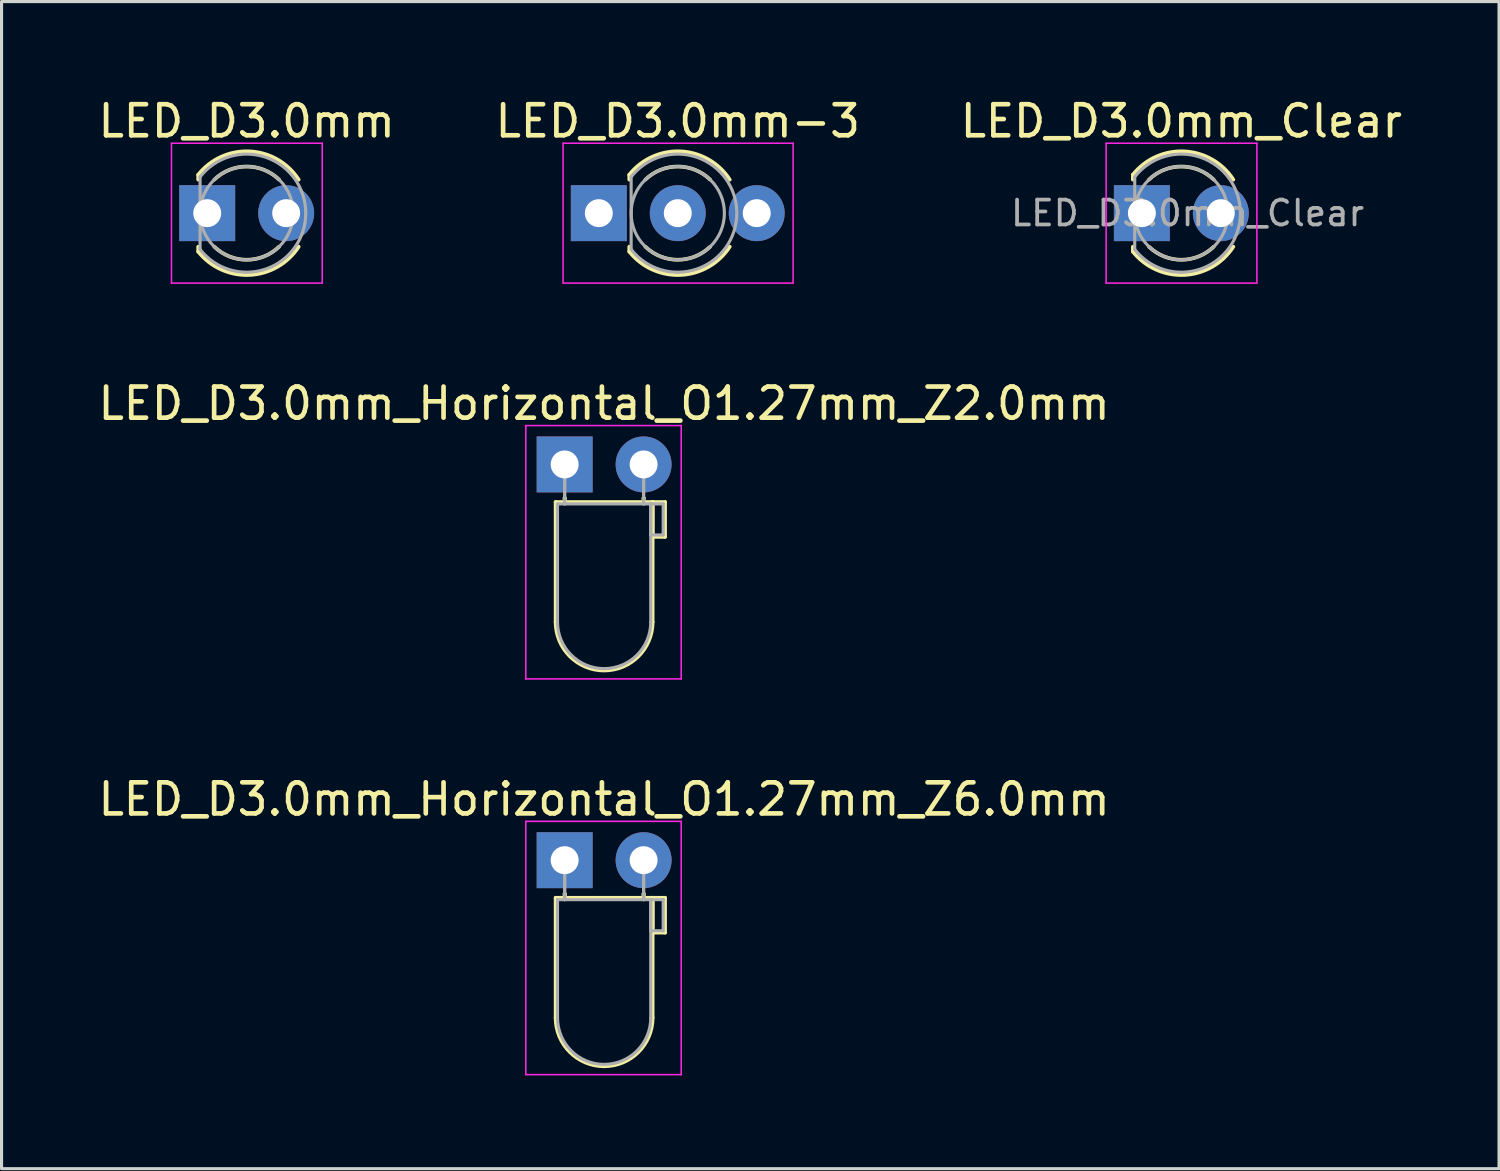
<source format=kicad_pcb>
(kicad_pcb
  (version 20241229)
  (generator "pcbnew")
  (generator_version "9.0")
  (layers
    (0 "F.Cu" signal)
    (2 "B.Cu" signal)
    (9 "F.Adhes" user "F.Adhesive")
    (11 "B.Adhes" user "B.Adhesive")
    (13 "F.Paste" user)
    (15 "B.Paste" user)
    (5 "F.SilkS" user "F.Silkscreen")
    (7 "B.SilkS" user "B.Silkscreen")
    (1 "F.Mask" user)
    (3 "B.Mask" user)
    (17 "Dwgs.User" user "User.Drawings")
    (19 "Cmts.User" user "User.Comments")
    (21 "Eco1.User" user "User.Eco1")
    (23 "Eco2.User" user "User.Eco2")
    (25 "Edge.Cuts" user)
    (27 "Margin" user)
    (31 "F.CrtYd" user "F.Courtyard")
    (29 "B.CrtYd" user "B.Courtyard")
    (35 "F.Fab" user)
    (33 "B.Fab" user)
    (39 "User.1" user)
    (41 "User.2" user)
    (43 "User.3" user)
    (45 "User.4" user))
  (footprint "LED_D3.0mm_Clear"
    (layer "F.Cu")
    (at 33.688 3.808)
    (property "Reference" "LED_D3.0mm_Clear" (at 1.27 -2.96 0) (layer "F.SilkS") (effects (font (size 1 1) (thickness 0.15))))
    (attr through_hole)
    (fp_line (start -0.29 -1.236) (end -0.29 -1.08) (stroke (width 0.12) (type solid)) (layer "F.SilkS"))
    (fp_line (start -0.29 1.08) (end -0.29 1.236) (stroke (width 0.12) (type solid)) (layer "F.SilkS"))
    (fp_arc (start -0.29 -1.235516) (mid 1.366487 -1.987659) (end 2.942335 -1.078608) (stroke (width 0.12) (type solid)) (layer "F.SilkS"))
    (fp_arc (start 0.229039 -1.08) (mid 1.270117 -1.5) (end 2.31113 -1.079837) (stroke (width 0.12) (type solid)) (layer "F.SilkS"))
    (fp_arc (start 2.31113 1.079837) (mid 1.270117 1.5) (end 0.229039 1.08) (stroke (width 0.12) (type solid)) (layer "F.SilkS"))
    (fp_arc (start 2.942335 1.078608) (mid 1.366487 1.987659) (end -0.29 1.235516) (stroke (width 0.12) (type solid)) (layer "F.SilkS"))
    (fp_line (start -1.15 -2.25) (end -1.15 2.25) (stroke (width 0.05) (type solid)) (layer "F.CrtYd"))
    (fp_line (start -1.15 2.25) (end 3.7 2.25) (stroke (width 0.05) (type solid)) (layer "F.CrtYd"))
    (fp_line (start 3.7 -2.25) (end -1.15 -2.25) (stroke (width 0.05) (type solid)) (layer "F.CrtYd"))
    (fp_line (start 3.7 2.25) (end 3.7 -2.25) (stroke (width 0.05) (type solid)) (layer "F.CrtYd"))
    (fp_line (start -0.23 -1.166) (end -0.23 1.166) (stroke (width 0.1) (type solid)) (layer "F.Fab"))
    (fp_arc (start -0.23 -1.16619) (mid 3.17 0.000452) (end -0.230555 1.165476) (stroke (width 0.1) (type solid)) (layer "F.Fab"))
    (fp_circle (center 1.27 0) (end 2.77 0) (stroke (width 0.1) (type solid)) (fill no) (layer "F.Fab"))
    (fp_text user "${REFERENCE}" (at 1.47 0 0) (layer "F.Fab") (effects (font (size 0.8 0.8) (thickness 0.12))))
    (pad "1" thru_hole rect (at 0 0) (size 1.8 1.8) (drill 0.9) (layers "*.Cu" "*.Mask"))
    (pad "2" thru_hole circle (at 2.54 0) (size 1.8 1.8) (drill 0.9) (layers "*.Cu" "*.Mask")))
  (footprint "LED_D3.0mm"
    (layer "F.Cu")
    (at 3.617 3.808)
    (property "Reference" "LED_D3.0mm" (at 1.27 -2.96 0) (layer "F.SilkS") (effects (font (size 1 1) (thickness 0.15))))
    (attr through_hole)
    (fp_line (start -0.29 -1.236) (end -0.29 -1.08) (stroke (width 0.12) (type solid)) (layer "F.SilkS"))
    (fp_line (start -0.29 1.08) (end -0.29 1.236) (stroke (width 0.12) (type solid)) (layer "F.SilkS"))
    (fp_arc (start -0.29 -1.235516) (mid 1.366487 -1.987659) (end 2.942335 -1.078608) (stroke (width 0.12) (type solid)) (layer "F.SilkS"))
    (fp_arc (start 0.229039 -1.08) (mid 1.270117 -1.5) (end 2.31113 -1.079837) (stroke (width 0.12) (type solid)) (layer "F.SilkS"))
    (fp_arc (start 2.31113 1.079837) (mid 1.270117 1.5) (end 0.229039 1.08) (stroke (width 0.12) (type solid)) (layer "F.SilkS"))
    (fp_arc (start 2.942335 1.078608) (mid 1.366487 1.987659) (end -0.29 1.235516) (stroke (width 0.12) (type solid)) (layer "F.SilkS"))
    (fp_line (start -1.15 -2.25) (end -1.15 2.25) (stroke (width 0.05) (type solid)) (layer "F.CrtYd"))
    (fp_line (start -1.15 2.25) (end 3.7 2.25) (stroke (width 0.05) (type solid)) (layer "F.CrtYd"))
    (fp_line (start 3.7 -2.25) (end -1.15 -2.25) (stroke (width 0.05) (type solid)) (layer "F.CrtYd"))
    (fp_line (start 3.7 2.25) (end 3.7 -2.25) (stroke (width 0.05) (type solid)) (layer "F.CrtYd"))
    (fp_line (start -0.23 -1.166) (end -0.23 1.166) (stroke (width 0.1) (type solid)) (layer "F.Fab"))
    (fp_arc (start -0.23 -1.16619) (mid 3.17 0.000452) (end -0.230555 1.165476) (stroke (width 0.1) (type solid)) (layer "F.Fab"))
    (fp_circle (center 1.27 0) (end 2.77 0) (stroke (width 0.1) (type solid)) (fill no) (layer "F.Fab"))
    (pad "1" thru_hole rect (at 0 0) (size 1.8 1.8) (drill 0.9) (layers "*.Cu" "*.Mask"))
    (pad "2" thru_hole circle (at 2.54 0) (size 1.8 1.8) (drill 0.9) (layers "*.Cu" "*.Mask")))
  (footprint "LED_D3.0mm_Horizontal_O1.27mm_Z2.0mm"
    (layer "F.Cu")
    (at 15.117 11.892)
    (property "Reference" "LED_D3.0mm_Horizontal_O1.27mm_Z2.0mm" (at 1.27 -1.96 0) (layer "F.SilkS") (effects (font (size 1 1) (thickness 0.15))))
    (attr through_hole)
    (fp_line (start -0.29 1.21) (end -0.29 5.07) (stroke (width 0.12) (type solid)) (layer "F.SilkS"))
    (fp_line (start -0.29 1.21) (end 2.83 1.21) (stroke (width 0.12) (type solid)) (layer "F.SilkS"))
    (fp_line (start 0 1.08) (end 0 1.08) (stroke (width 0.12) (type solid)) (layer "F.SilkS"))
    (fp_line (start 0 1.08) (end 0 1.21) (stroke (width 0.12) (type solid)) (layer "F.SilkS"))
    (fp_line (start 0 1.21) (end 0 1.08) (stroke (width 0.12) (type solid)) (layer "F.SilkS"))
    (fp_line (start 0 1.21) (end 0 1.21) (stroke (width 0.12) (type solid)) (layer "F.SilkS"))
    (fp_line (start 2.54 1.08) (end 2.54 1.08) (stroke (width 0.12) (type solid)) (layer "F.SilkS"))
    (fp_line (start 2.54 1.08) (end 2.54 1.21) (stroke (width 0.12) (type solid)) (layer "F.SilkS"))
    (fp_line (start 2.54 1.21) (end 2.54 1.08) (stroke (width 0.12) (type solid)) (layer "F.SilkS"))
    (fp_line (start 2.54 1.21) (end 2.54 1.21) (stroke (width 0.12) (type solid)) (layer "F.SilkS"))
    (fp_line (start 2.83 1.21) (end 2.83 5.07) (stroke (width 0.12) (type solid)) (layer "F.SilkS"))
    (fp_line (start 2.83 1.21) (end 3.23 1.21) (stroke (width 0.12) (type solid)) (layer "F.SilkS"))
    (fp_line (start 2.83 2.33) (end 2.83 1.21) (stroke (width 0.12) (type solid)) (layer "F.SilkS"))
    (fp_line (start 3.23 1.21) (end 3.23 2.33) (stroke (width 0.12) (type solid)) (layer "F.SilkS"))
    (fp_line (start 3.23 2.33) (end 2.83 2.33) (stroke (width 0.12) (type solid)) (layer "F.SilkS"))
    (fp_arc (start 2.83 5.07) (mid 1.27 6.63) (end -0.29 5.07) (stroke (width 0.12) (type solid)) (layer "F.SilkS"))
    (fp_line (start -1.25 -1.25) (end -1.25 6.9) (stroke (width 0.05) (type solid)) (layer "F.CrtYd"))
    (fp_line (start -1.25 6.9) (end 3.75 6.9) (stroke (width 0.05) (type solid)) (layer "F.CrtYd"))
    (fp_line (start 3.75 -1.25) (end -1.25 -1.25) (stroke (width 0.05) (type solid)) (layer "F.CrtYd"))
    (fp_line (start 3.75 6.9) (end 3.75 -1.25) (stroke (width 0.05) (type solid)) (layer "F.CrtYd"))
    (fp_line (start -0.23 1.27) (end -0.23 5.07) (stroke (width 0.1) (type solid)) (layer "F.Fab"))
    (fp_line (start -0.23 1.27) (end 2.77 1.27) (stroke (width 0.1) (type solid)) (layer "F.Fab"))
    (fp_line (start 0 0) (end 0 0) (stroke (width 0.1) (type solid)) (layer "F.Fab"))
    (fp_line (start 0 0) (end 0 1.27) (stroke (width 0.1) (type solid)) (layer "F.Fab"))
    (fp_line (start 0 1.27) (end 0 0) (stroke (width 0.1) (type solid)) (layer "F.Fab"))
    (fp_line (start 0 1.27) (end 0 1.27) (stroke (width 0.1) (type solid)) (layer "F.Fab"))
    (fp_line (start 2.54 0) (end 2.54 0) (stroke (width 0.1) (type solid)) (layer "F.Fab"))
    (fp_line (start 2.54 0) (end 2.54 1.27) (stroke (width 0.1) (type solid)) (layer "F.Fab"))
    (fp_line (start 2.54 1.27) (end 2.54 0) (stroke (width 0.1) (type solid)) (layer "F.Fab"))
    (fp_line (start 2.54 1.27) (end 2.54 1.27) (stroke (width 0.1) (type solid)) (layer "F.Fab"))
    (fp_line (start 2.77 1.27) (end 2.77 5.07) (stroke (width 0.1) (type solid)) (layer "F.Fab"))
    (fp_line (start 2.77 1.27) (end 3.17 1.27) (stroke (width 0.1) (type solid)) (layer "F.Fab"))
    (fp_line (start 2.77 2.27) (end 2.77 1.27) (stroke (width 0.1) (type solid)) (layer "F.Fab"))
    (fp_line (start 3.17 1.27) (end 3.17 2.27) (stroke (width 0.1) (type solid)) (layer "F.Fab"))
    (fp_line (start 3.17 2.27) (end 2.77 2.27) (stroke (width 0.1) (type solid)) (layer "F.Fab"))
    (fp_arc (start 2.77 5.07) (mid 1.27 6.57) (end -0.23 5.07) (stroke (width 0.1) (type solid)) (layer "F.Fab"))
    (pad "1" thru_hole rect (at 0 0) (size 1.8 1.8) (drill 0.9) (layers "*.Cu" "*.Mask"))
    (pad "2" thru_hole circle (at 2.54 0) (size 1.8 1.8) (drill 0.9) (layers "*.Cu" "*.Mask")))
  (footprint "LED_D3.0mm_Horizontal_O1.27mm_Z6.0mm"
    (layer "F.Cu")
    (at 15.117 24.625)
    (property "Reference" "LED_D3.0mm_Horizontal_O1.27mm_Z6.0mm" (at 1.27 -1.96 0) (layer "F.SilkS") (effects (font (size 1 1) (thickness 0.15))))
    (attr through_hole)
    (fp_line (start -0.29 1.21) (end -0.29 5.07) (stroke (width 0.12) (type solid)) (layer "F.SilkS"))
    (fp_line (start -0.29 1.21) (end 2.83 1.21) (stroke (width 0.12) (type solid)) (layer "F.SilkS"))
    (fp_line (start 0 1.08) (end 0 1.08) (stroke (width 0.12) (type solid)) (layer "F.SilkS"))
    (fp_line (start 0 1.08) (end 0 1.21) (stroke (width 0.12) (type solid)) (layer "F.SilkS"))
    (fp_line (start 0 1.21) (end 0 1.08) (stroke (width 0.12) (type solid)) (layer "F.SilkS"))
    (fp_line (start 0 1.21) (end 0 1.21) (stroke (width 0.12) (type solid)) (layer "F.SilkS"))
    (fp_line (start 2.54 1.08) (end 2.54 1.08) (stroke (width 0.12) (type solid)) (layer "F.SilkS"))
    (fp_line (start 2.54 1.08) (end 2.54 1.21) (stroke (width 0.12) (type solid)) (layer "F.SilkS"))
    (fp_line (start 2.54 1.21) (end 2.54 1.08) (stroke (width 0.12) (type solid)) (layer "F.SilkS"))
    (fp_line (start 2.54 1.21) (end 2.54 1.21) (stroke (width 0.12) (type solid)) (layer "F.SilkS"))
    (fp_line (start 2.83 1.21) (end 2.83 5.07) (stroke (width 0.12) (type solid)) (layer "F.SilkS"))
    (fp_line (start 2.83 1.21) (end 3.23 1.21) (stroke (width 0.12) (type solid)) (layer "F.SilkS"))
    (fp_line (start 2.83 2.33) (end 2.83 1.21) (stroke (width 0.12) (type solid)) (layer "F.SilkS"))
    (fp_line (start 3.23 1.21) (end 3.23 2.33) (stroke (width 0.12) (type solid)) (layer "F.SilkS"))
    (fp_line (start 3.23 2.33) (end 2.83 2.33) (stroke (width 0.12) (type solid)) (layer "F.SilkS"))
    (fp_arc (start 2.83 5.07) (mid 1.27 6.63) (end -0.29 5.07) (stroke (width 0.12) (type solid)) (layer "F.SilkS"))
    (fp_line (start -1.25 -1.25) (end -1.25 6.9) (stroke (width 0.05) (type solid)) (layer "F.CrtYd"))
    (fp_line (start -1.25 6.9) (end 3.75 6.9) (stroke (width 0.05) (type solid)) (layer "F.CrtYd"))
    (fp_line (start 3.75 -1.25) (end -1.25 -1.25) (stroke (width 0.05) (type solid)) (layer "F.CrtYd"))
    (fp_line (start 3.75 6.9) (end 3.75 -1.25) (stroke (width 0.05) (type solid)) (layer "F.CrtYd"))
    (fp_line (start -0.23 1.27) (end -0.23 5.07) (stroke (width 0.1) (type solid)) (layer "F.Fab"))
    (fp_line (start -0.23 1.27) (end 2.77 1.27) (stroke (width 0.1) (type solid)) (layer "F.Fab"))
    (fp_line (start 0 0) (end 0 0) (stroke (width 0.1) (type solid)) (layer "F.Fab"))
    (fp_line (start 0 0) (end 0 1.27) (stroke (width 0.1) (type solid)) (layer "F.Fab"))
    (fp_line (start 0 1.27) (end 0 0) (stroke (width 0.1) (type solid)) (layer "F.Fab"))
    (fp_line (start 0 1.27) (end 0 1.27) (stroke (width 0.1) (type solid)) (layer "F.Fab"))
    (fp_line (start 2.54 0) (end 2.54 0) (stroke (width 0.1) (type solid)) (layer "F.Fab"))
    (fp_line (start 2.54 0) (end 2.54 1.27) (stroke (width 0.1) (type solid)) (layer "F.Fab"))
    (fp_line (start 2.54 1.27) (end 2.54 0) (stroke (width 0.1) (type solid)) (layer "F.Fab"))
    (fp_line (start 2.54 1.27) (end 2.54 1.27) (stroke (width 0.1) (type solid)) (layer "F.Fab"))
    (fp_line (start 2.77 1.27) (end 2.77 5.07) (stroke (width 0.1) (type solid)) (layer "F.Fab"))
    (fp_line (start 2.77 1.27) (end 3.17 1.27) (stroke (width 0.1) (type solid)) (layer "F.Fab"))
    (fp_line (start 2.77 2.27) (end 2.77 1.27) (stroke (width 0.1) (type solid)) (layer "F.Fab"))
    (fp_line (start 3.17 1.27) (end 3.17 2.27) (stroke (width 0.1) (type solid)) (layer "F.Fab"))
    (fp_line (start 3.17 2.27) (end 2.77 2.27) (stroke (width 0.1) (type solid)) (layer "F.Fab"))
    (fp_arc (start 2.77 5.07) (mid 1.27 6.57) (end -0.23 5.07) (stroke (width 0.1) (type solid)) (layer "F.Fab"))
    (pad "1" thru_hole rect (at 0 0) (size 1.8 1.8) (drill 0.9) (layers "*.Cu" "*.Mask"))
    (pad "2" thru_hole circle (at 2.54 0) (size 1.8 1.8) (drill 0.9) (layers "*.Cu" "*.Mask")))
  (footprint "LED_D3.0mm-3"
    (layer "F.Cu")
    (at 16.216 3.808)
    (property "Reference" "LED_D3.0mm-3" (at 2.54 -2.96 0) (layer "F.SilkS") (effects (font (size 1 1) (thickness 0.15))))
    (attr through_hole)
    (fp_line (start 0.98 -1.236) (end 0.98 -1.08) (stroke (width 0.12) (type solid)) (layer "F.SilkS"))
    (fp_line (start 0.98 1.08) (end 0.98 1.236) (stroke (width 0.12) (type solid)) (layer "F.SilkS"))
    (fp_arc (start 0.98 -1.235516) (mid 2.636487 -1.987659) (end 4.212335 -1.078608) (stroke (width 0.12) (type solid)) (layer "F.SilkS"))
    (fp_arc (start 1.499039 -1.08) (mid 2.540117 -1.5) (end 3.58113 -1.079837) (stroke (width 0.12) (type solid)) (layer "F.SilkS"))
    (fp_arc (start 3.58113 1.079837) (mid 2.540117 1.5) (end 1.499039 1.08) (stroke (width 0.12) (type solid)) (layer "F.SilkS"))
    (fp_arc (start 4.212335 1.078608) (mid 2.636487 1.987659) (end 0.98 1.235516) (stroke (width 0.12) (type solid)) (layer "F.SilkS"))
    (fp_line (start -1.15 -2.25) (end -1.15 2.25) (stroke (width 0.05) (type solid)) (layer "F.CrtYd"))
    (fp_line (start -1.15 2.25) (end 6.25 2.25) (stroke (width 0.05) (type solid)) (layer "F.CrtYd"))
    (fp_line (start 6.25 -2.25) (end -1.15 -2.25) (stroke (width 0.05) (type solid)) (layer "F.CrtYd"))
    (fp_line (start 6.25 2.25) (end 6.25 -2.25) (stroke (width 0.05) (type solid)) (layer "F.CrtYd"))
    (fp_line (start 1.04 -1.166) (end 1.04 1.166) (stroke (width 0.1) (type solid)) (layer "F.Fab"))
    (fp_arc (start 1.04 -1.16619) (mid 4.44 0.000452) (end 1.039445 1.165476) (stroke (width 0.1) (type solid)) (layer "F.Fab"))
    (fp_circle (center 2.54 0) (end 4.04 0) (stroke (width 0.1) (type solid)) (fill no) (layer "F.Fab"))
    (pad "1" thru_hole rect (at 0 0) (size 1.8 1.8) (drill 0.9) (layers "*.Cu" "*.Mask"))
    (pad "2" thru_hole circle (at 2.54 0) (size 1.8 1.8) (drill 0.9) (layers "*.Cu" "*.Mask"))
    (pad "3" thru_hole circle (at 5.08 0) (size 1.8 1.8) (drill 0.9) (layers "*.Cu" "*.Mask")))
  (gr_rect
    (start -3 -3)
    (end 45.179 34.55)
    (stroke (width 0.1) (type default))
    (fill no)
    (layer "Edge.Cuts")))
</source>
